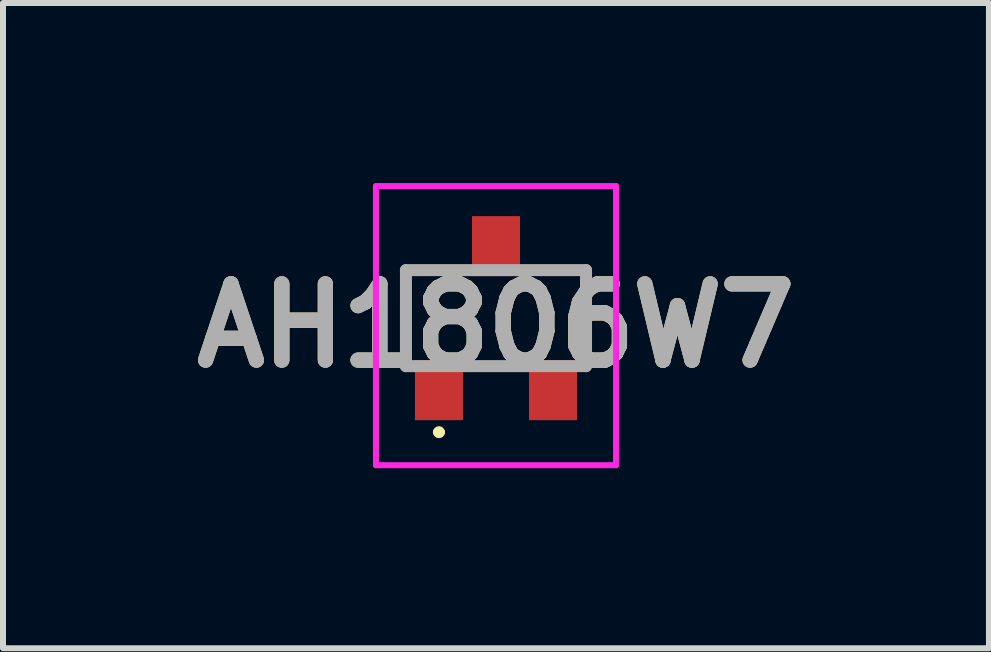
<source format=kicad_pcb>
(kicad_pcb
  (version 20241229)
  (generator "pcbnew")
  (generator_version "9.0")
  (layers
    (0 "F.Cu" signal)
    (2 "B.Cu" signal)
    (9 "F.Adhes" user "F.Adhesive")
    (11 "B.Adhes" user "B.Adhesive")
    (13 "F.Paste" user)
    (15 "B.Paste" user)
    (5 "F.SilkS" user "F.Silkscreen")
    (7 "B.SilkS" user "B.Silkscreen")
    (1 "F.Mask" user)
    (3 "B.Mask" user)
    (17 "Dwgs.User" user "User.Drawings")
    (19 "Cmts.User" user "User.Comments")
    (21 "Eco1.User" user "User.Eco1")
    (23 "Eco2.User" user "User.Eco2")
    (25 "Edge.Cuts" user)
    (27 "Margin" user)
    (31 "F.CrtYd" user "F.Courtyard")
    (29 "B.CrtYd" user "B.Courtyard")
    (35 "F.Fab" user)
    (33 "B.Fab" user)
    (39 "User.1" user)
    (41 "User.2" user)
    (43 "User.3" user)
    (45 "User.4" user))
  (footprint "AH1806W7"
    (layer "F.Cu")
    (at 5.213 2.25)
    (property "Reference" "AH1806W7" (at 0 0.125 0) (layer "F.SilkS") (effects (font (size 1.27 1.27) (thickness 0.254))))
    (attr smd)
    (fp_line (start -1.5 -0.8) (end -1.5 0.8) (stroke (width 0.1) (type solid)) (layer "F.SilkS"))
    (fp_line (start -1 1.9) (end -1 1.9) (stroke (width 0.1) (type solid)) (layer "F.SilkS"))
    (fp_line (start -0.95 -0.8) (end -1.5 -0.8) (stroke (width 0.1) (type solid)) (layer "F.SilkS"))
    (fp_line (start -0.9 1.9) (end -0.9 1.9) (stroke (width 0.1) (type solid)) (layer "F.SilkS"))
    (fp_line (start 1.5 -0.8) (end 1 -0.8) (stroke (width 0.1) (type solid)) (layer "F.SilkS"))
    (fp_line (start 1.5 0.8) (end 1.5 -0.8) (stroke (width 0.1) (type solid)) (layer "F.SilkS"))
    (fp_arc (start -1 1.9) (mid -0.95 1.85) (end -0.9 1.9) (stroke (width 0.1) (type solid)) (layer "F.SilkS"))
    (fp_arc (start -0.9 1.9) (mid -0.95 1.95) (end -1 1.9) (stroke (width 0.1) (type solid)) (layer "F.SilkS"))
    (fp_line (start -2 -2.2) (end 2 -2.2) (stroke (width 0.1) (type solid)) (layer "F.CrtYd"))
    (fp_line (start -2 2.45) (end -2 -2.2) (stroke (width 0.1) (type solid)) (layer "F.CrtYd"))
    (fp_line (start 2 -2.2) (end 2 2.45) (stroke (width 0.1) (type solid)) (layer "F.CrtYd"))
    (fp_line (start 2 2.45) (end -2 2.45) (stroke (width 0.1) (type solid)) (layer "F.CrtYd"))
    (fp_line (start -1.5 -0.8) (end 1.5 -0.8) (stroke (width 0.2) (type solid)) (layer "F.Fab"))
    (fp_line (start -1.5 0.8) (end -1.5 -0.8) (stroke (width 0.2) (type solid)) (layer "F.Fab"))
    (fp_line (start 1.5 -0.8) (end 1.5 0.8) (stroke (width 0.2) (type solid)) (layer "F.Fab"))
    (fp_line (start 1.5 0.8) (end -1.5 0.8) (stroke (width 0.2) (type solid)) (layer "F.Fab"))
    (fp_text user "${REFERENCE}" (at 0 0.125 0) (layer "F.Fab") (effects (font (size 1.27 1.27) (thickness 0.254))))
    (pad "1" smd rect (at -0.95 1.2) (size 0.8 1) (layers "F.Cu" "F.Mask" "F.Paste"))
    (pad "2" smd rect (at 0 -1.2) (size 0.8 1) (layers "F.Cu" "F.Mask" "F.Paste"))
    (pad "3" smd rect (at 0.95 1.2) (size 0.8 1) (layers "F.Cu" "F.Mask" "F.Paste")))
  (gr_rect
    (start -3 -3)
    (end 13.426 7.75)
    (stroke (width 0.1) (type default))
    (fill no)
    (layer "Edge.Cuts")))
</source>
